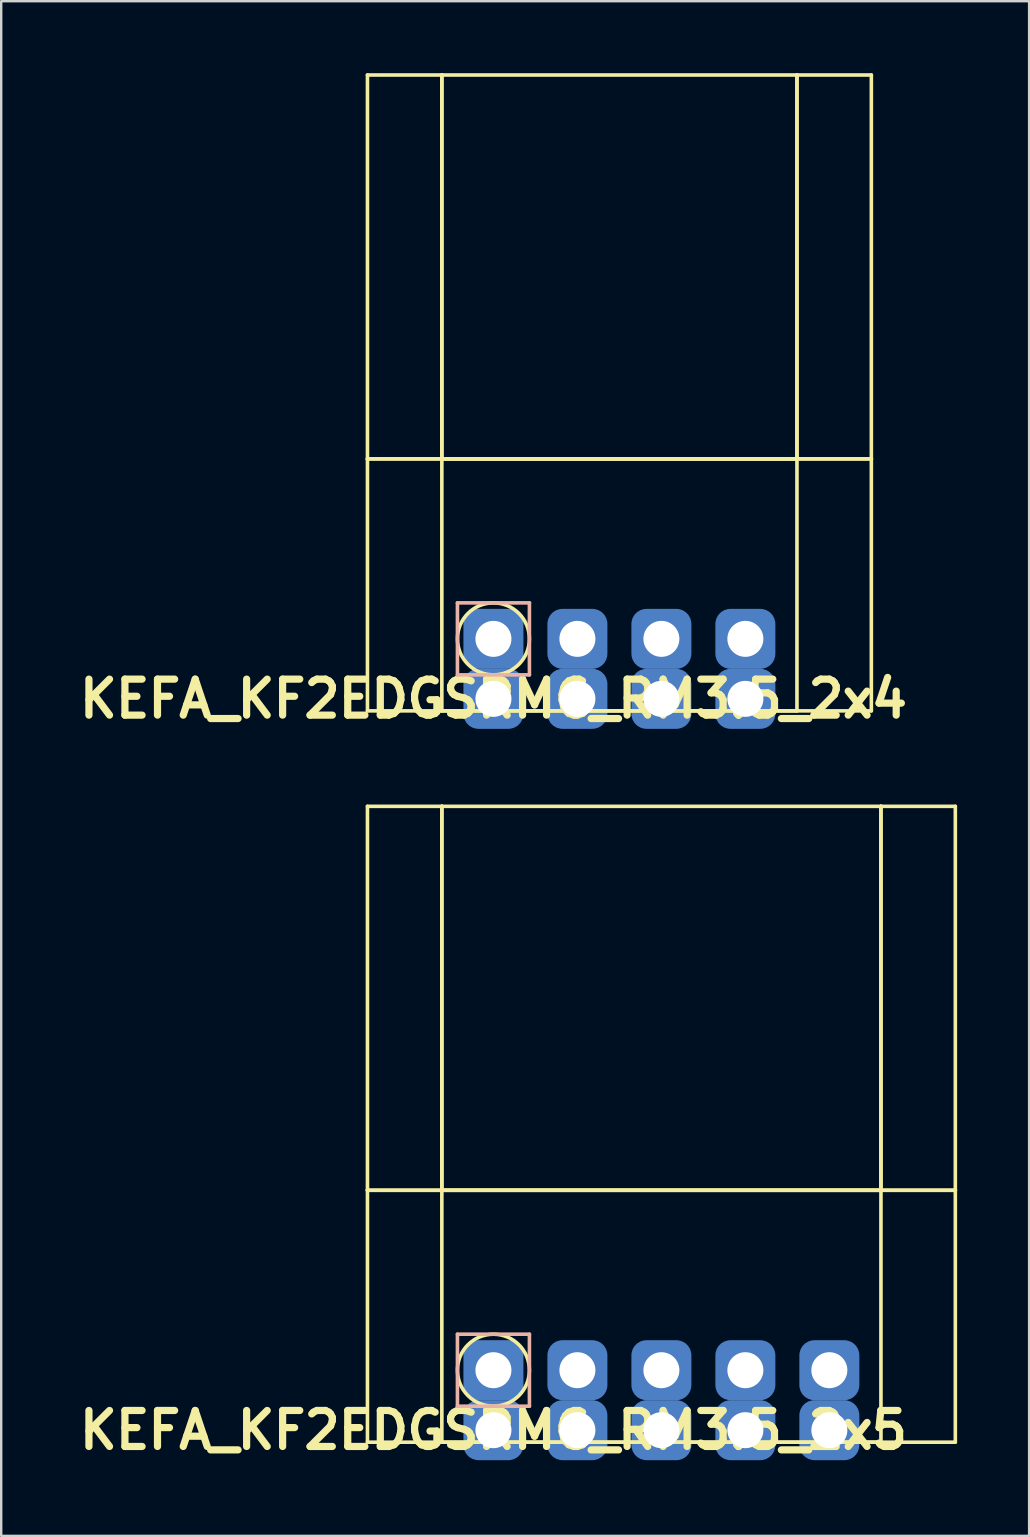
<source format=kicad_pcb>
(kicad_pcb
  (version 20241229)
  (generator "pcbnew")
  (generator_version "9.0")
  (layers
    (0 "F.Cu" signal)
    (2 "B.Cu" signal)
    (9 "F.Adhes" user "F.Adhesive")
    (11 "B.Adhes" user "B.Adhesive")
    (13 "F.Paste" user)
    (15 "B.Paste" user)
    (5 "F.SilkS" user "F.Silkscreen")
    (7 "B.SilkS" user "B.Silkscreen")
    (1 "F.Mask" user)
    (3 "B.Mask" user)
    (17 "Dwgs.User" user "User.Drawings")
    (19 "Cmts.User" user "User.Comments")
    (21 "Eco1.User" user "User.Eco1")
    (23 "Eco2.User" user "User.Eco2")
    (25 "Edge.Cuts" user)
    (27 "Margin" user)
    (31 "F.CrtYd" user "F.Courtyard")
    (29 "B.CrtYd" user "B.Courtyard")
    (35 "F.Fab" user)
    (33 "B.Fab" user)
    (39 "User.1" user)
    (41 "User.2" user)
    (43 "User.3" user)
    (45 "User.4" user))
  (footprint "KEFA_KF2EDGSRMG_RM3.5_2x5"
    (layer "F.Cu")
    (at 17.514 54.054)
    (property "Reference" "KEFA_KF2EDGSRMG_RM3.5_2x5" (at 0 2.5 0) (layer "F.SilkS") (effects (font (size 1.5 1.5) (thickness 0.3))))
    (attr through_hole)
    (fp_line (start -5.25 -23.5) (end -5.25 -7.5) (stroke (width 0.15) (type solid)) (layer "F.SilkS"))
    (fp_line (start -5.25 -7.5) (end -5.25 3) (stroke (width 0.15) (type solid)) (layer "F.SilkS"))
    (fp_line (start -5.25 -7.5) (end -2.15 -7.5) (stroke (width 0.15) (type solid)) (layer "F.SilkS"))
    (fp_line (start -5.25 3) (end 19.25 3) (stroke (width 0.15) (type solid)) (layer "F.SilkS"))
    (fp_line (start -2.15 -23.5) (end -5.25 -23.5) (stroke (width 0.15) (type solid)) (layer "F.SilkS"))
    (fp_line (start -2.15 -23.5) (end -2.15 -7.5) (stroke (width 0.15) (type solid)) (layer "F.SilkS"))
    (fp_line (start -2.15 -7.5) (end -2.15 -23.5) (stroke (width 0.15) (type solid)) (layer "F.SilkS"))
    (fp_line (start -2.15 -7.5) (end -2.15 3) (stroke (width 0.15) (type solid)) (layer "F.SilkS"))
    (fp_line (start -2.15 -7.5) (end 16.15 -7.5) (stroke (width 0.15) (type solid)) (layer "F.SilkS"))
    (fp_line (start -2.15 3) (end 16.15 3) (stroke (width 0.15) (type solid)) (layer "F.SilkS"))
    (fp_line (start 16.15 -23.5) (end -2.15 -23.5) (stroke (width 0.15) (type solid)) (layer "F.SilkS"))
    (fp_line (start 16.15 -23.5) (end 16.15 -7.5) (stroke (width 0.15) (type solid)) (layer "F.SilkS"))
    (fp_line (start 16.15 -7.5) (end -2.15 -7.5) (stroke (width 0.15) (type solid)) (layer "F.SilkS"))
    (fp_line (start 16.15 -7.5) (end 16.15 -23.5) (stroke (width 0.15) (type solid)) (layer "F.SilkS"))
    (fp_line (start 16.15 -7.5) (end 19.25 -7.5) (stroke (width 0.15) (type solid)) (layer "F.SilkS"))
    (fp_line (start 16.15 3) (end 16.15 -7.5) (stroke (width 0.15) (type solid)) (layer "F.SilkS"))
    (fp_line (start 19.25 -23.5) (end 16.15 -23.5) (stroke (width 0.15) (type solid)) (layer "F.SilkS"))
    (fp_line (start 19.25 -7.5) (end -5.25 -7.5) (stroke (width 0.15) (type solid)) (layer "F.SilkS"))
    (fp_line (start 19.25 -7.5) (end 19.25 -23.5) (stroke (width 0.15) (type solid)) (layer "F.SilkS"))
    (fp_line (start 19.25 3) (end 19.25 -7.5) (stroke (width 0.15) (type solid)) (layer "F.SilkS"))
    (fp_circle (center 0 0) (end 1.5 0) (stroke (width 0.15) (type solid)) (fill no) (layer "F.SilkS"))
    (fp_line (start -1.5 -1.5) (end 1.5 -1.5) (stroke (width 0.15) (type solid)) (layer "B.SilkS"))
    (fp_line (start -1.5 1.5) (end -1.5 -1.5) (stroke (width 0.15) (type solid)) (layer "B.SilkS"))
    (fp_line (start 1.5 -1.5) (end 1.5 1.5) (stroke (width 0.15) (type solid)) (layer "B.SilkS"))
    (fp_line (start 1.5 1.5) (end -1.5 1.5) (stroke (width 0.15) (type solid)) (layer "B.SilkS"))
    (pad "1" thru_hole circle (at 0 0) (size 1.8 1.8) (drill 1.5) (layers "*.Cu" "*.Mask"))
    (pad "1" smd roundrect (at 0 0) (size 2.5 2.5) (layers "B.Cu" "B.Mask") (roundrect_rratio 0.25))
    (pad "2" thru_hole circle (at 3.5 0) (size 1.8 1.8) (drill 1.5) (layers "*.Cu" "*.Mask"))
    (pad "2" smd roundrect (at 3.5 0) (size 2.5 2.5) (layers "B.Cu" "B.Mask") (roundrect_rratio 0.25))
    (pad "3" thru_hole circle (at 7 0) (size 1.8 1.8) (drill 1.5) (layers "*.Cu" "*.Mask"))
    (pad "3" smd roundrect (at 7 0) (size 2.5 2.5) (layers "B.Cu" "B.Mask") (roundrect_rratio 0.25))
    (pad "4" thru_hole circle (at 10.5 0) (size 1.8 1.8) (drill 1.5) (layers "*.Cu" "*.Mask"))
    (pad "4" smd roundrect (at 10.5 0) (size 2.5 2.5) (layers "B.Cu" "B.Mask") (roundrect_rratio 0.25))
    (pad "5" thru_hole circle (at 14 0) (size 1.8 1.8) (drill 1.5) (layers "*.Cu" "*.Mask"))
    (pad "5" smd roundrect (at 14 0) (size 2.5 2.5) (layers "B.Cu" "B.Mask") (roundrect_rratio 0.25))
    (pad "6" thru_hole circle (at 0 2.5) (size 1.8 1.8) (drill 1.5) (layers "*.Cu" "*.Mask"))
    (pad "6" smd roundrect (at 0 2.5) (size 2.5 2.5) (layers "B.Cu" "B.Mask") (roundrect_rratio 0.25))
    (pad "7" thru_hole circle (at 3.5 2.5) (size 1.8 1.8) (drill 1.5) (layers "*.Cu" "*.Mask"))
    (pad "7" smd roundrect (at 3.5 2.5) (size 2.5 2.5) (layers "B.Cu" "B.Mask") (roundrect_rratio 0.25))
    (pad "8" thru_hole circle (at 7 2.5) (size 1.8 1.8) (drill 1.5) (layers "*.Cu" "*.Mask"))
    (pad "8" smd roundrect (at 7 2.5) (size 2.5 2.5) (layers "B.Cu" "B.Mask") (roundrect_rratio 0.25))
    (pad "9" thru_hole circle (at 10.5 2.5) (size 1.8 1.8) (drill 1.5) (layers "*.Cu" "*.Mask"))
    (pad "9" smd roundrect (at 10.5 2.5) (size 2.5 2.5) (layers "B.Cu" "B.Mask") (roundrect_rratio 0.25))
    (pad "10" thru_hole circle (at 14 2.5) (size 1.8 1.8) (drill 1.5) (layers "*.Cu" "*.Mask"))
    (pad "10" smd roundrect (at 14 2.5) (size 2.5 2.5) (layers "B.Cu" "B.Mask") (roundrect_rratio 0.25)))
  (footprint "KEFA_KF2EDGSRMG_RM3.5_2x4"
    (layer "F.Cu")
    (at 17.514 23.575)
    (property "Reference" "KEFA_KF2EDGSRMG_RM3.5_2x4" (at 0 2.5 0) (layer "F.SilkS") (effects (font (size 1.5 1.5) (thickness 0.3))))
    (attr through_hole)
    (fp_line (start -5.25 -23.5) (end -5.25 -7.5) (stroke (width 0.15) (type solid)) (layer "F.SilkS"))
    (fp_line (start -5.25 -7.5) (end -5.25 3) (stroke (width 0.15) (type solid)) (layer "F.SilkS"))
    (fp_line (start -5.25 -7.5) (end -2.15 -7.5) (stroke (width 0.15) (type solid)) (layer "F.SilkS"))
    (fp_line (start -5.25 3) (end 15.75 3) (stroke (width 0.15) (type solid)) (layer "F.SilkS"))
    (fp_line (start -2.15 -23.5) (end -5.25 -23.5) (stroke (width 0.15) (type solid)) (layer "F.SilkS"))
    (fp_line (start -2.15 -23.5) (end -2.15 -7.5) (stroke (width 0.15) (type solid)) (layer "F.SilkS"))
    (fp_line (start -2.15 -7.5) (end -2.15 -23.5) (stroke (width 0.15) (type solid)) (layer "F.SilkS"))
    (fp_line (start -2.15 -7.5) (end -2.15 3) (stroke (width 0.15) (type solid)) (layer "F.SilkS"))
    (fp_line (start -2.15 -7.5) (end 12.65 -7.5) (stroke (width 0.15) (type solid)) (layer "F.SilkS"))
    (fp_line (start -2.15 3) (end 12.65 3) (stroke (width 0.15) (type solid)) (layer "F.SilkS"))
    (fp_line (start 12.65 -23.5) (end -2.15 -23.5) (stroke (width 0.15) (type solid)) (layer "F.SilkS"))
    (fp_line (start 12.65 -23.5) (end 12.65 -7.5) (stroke (width 0.15) (type solid)) (layer "F.SilkS"))
    (fp_line (start 12.65 -7.5) (end -2.15 -7.5) (stroke (width 0.15) (type solid)) (layer "F.SilkS"))
    (fp_line (start 12.65 -7.5) (end 12.65 -23.5) (stroke (width 0.15) (type solid)) (layer "F.SilkS"))
    (fp_line (start 12.65 -7.5) (end 15.75 -7.5) (stroke (width 0.15) (type solid)) (layer "F.SilkS"))
    (fp_line (start 12.65 3) (end 12.65 -7.5) (stroke (width 0.15) (type solid)) (layer "F.SilkS"))
    (fp_line (start 15.75 -23.5) (end 12.65 -23.5) (stroke (width 0.15) (type solid)) (layer "F.SilkS"))
    (fp_line (start 15.75 -7.5) (end -5.25 -7.5) (stroke (width 0.15) (type solid)) (layer "F.SilkS"))
    (fp_line (start 15.75 -7.5) (end 15.75 -23.5) (stroke (width 0.15) (type solid)) (layer "F.SilkS"))
    (fp_line (start 15.75 3) (end 15.75 -7.5) (stroke (width 0.15) (type solid)) (layer "F.SilkS"))
    (fp_circle (center 0 0) (end 1.5 0) (stroke (width 0.15) (type solid)) (fill no) (layer "F.SilkS"))
    (fp_line (start -1.5 -1.5) (end 1.5 -1.5) (stroke (width 0.15) (type solid)) (layer "B.SilkS"))
    (fp_line (start -1.5 1.5) (end -1.5 -1.5) (stroke (width 0.15) (type solid)) (layer "B.SilkS"))
    (fp_line (start 1.5 -1.5) (end 1.5 1.5) (stroke (width 0.15) (type solid)) (layer "B.SilkS"))
    (fp_line (start 1.5 1.5) (end -1.5 1.5) (stroke (width 0.15) (type solid)) (layer "B.SilkS"))
    (pad "1" thru_hole circle (at 0 0) (size 1.8 1.8) (drill 1.5) (layers "*.Cu" "*.Mask"))
    (pad "1" smd roundrect (at 0 0) (size 2.5 2.5) (layers "B.Cu" "B.Mask") (roundrect_rratio 0.25))
    (pad "2" thru_hole circle (at 3.5 0) (size 1.8 1.8) (drill 1.5) (layers "*.Cu" "*.Mask"))
    (pad "2" smd roundrect (at 3.5 0) (size 2.5 2.5) (layers "B.Cu" "B.Mask") (roundrect_rratio 0.25))
    (pad "3" thru_hole circle (at 7 0) (size 1.8 1.8) (drill 1.5) (layers "*.Cu" "*.Mask"))
    (pad "3" smd roundrect (at 7 0) (size 2.5 2.5) (layers "B.Cu" "B.Mask") (roundrect_rratio 0.25))
    (pad "4" thru_hole circle (at 10.5 0) (size 1.8 1.8) (drill 1.5) (layers "*.Cu" "*.Mask"))
    (pad "4" smd roundrect (at 10.5 0) (size 2.5 2.5) (layers "B.Cu" "B.Mask") (roundrect_rratio 0.25))
    (pad "5" thru_hole circle (at 0 2.5) (size 1.8 1.8) (drill 1.5) (layers "*.Cu" "*.Mask"))
    (pad "5" smd roundrect (at 0 2.5) (size 2.5 2.5) (layers "B.Cu" "B.Mask") (roundrect_rratio 0.25))
    (pad "6" thru_hole circle (at 3.5 2.5) (size 1.8 1.8) (drill 1.5) (layers "*.Cu" "*.Mask"))
    (pad "6" smd roundrect (at 3.5 2.5) (size 2.5 2.5) (layers "B.Cu" "B.Mask") (roundrect_rratio 0.25))
    (pad "7" thru_hole circle (at 7 2.5) (size 1.8 1.8) (drill 1.5) (layers "*.Cu" "*.Mask"))
    (pad "7" smd roundrect (at 7 2.5) (size 2.5 2.5) (layers "B.Cu" "B.Mask") (roundrect_rratio 0.25))
    (pad "8" thru_hole circle (at 10.5 2.5) (size 1.8 1.8) (drill 1.5) (layers "*.Cu" "*.Mask"))
    (pad "8" smd roundrect (at 10.5 2.5) (size 2.5 2.5) (layers "B.Cu" "B.Mask") (roundrect_rratio 0.25)))
  (gr_rect
    (start -3 -3)
    (end 39.839 60.958)
    (stroke (width 0.1) (type default))
    (fill no)
    (layer "Edge.Cuts")))
</source>
